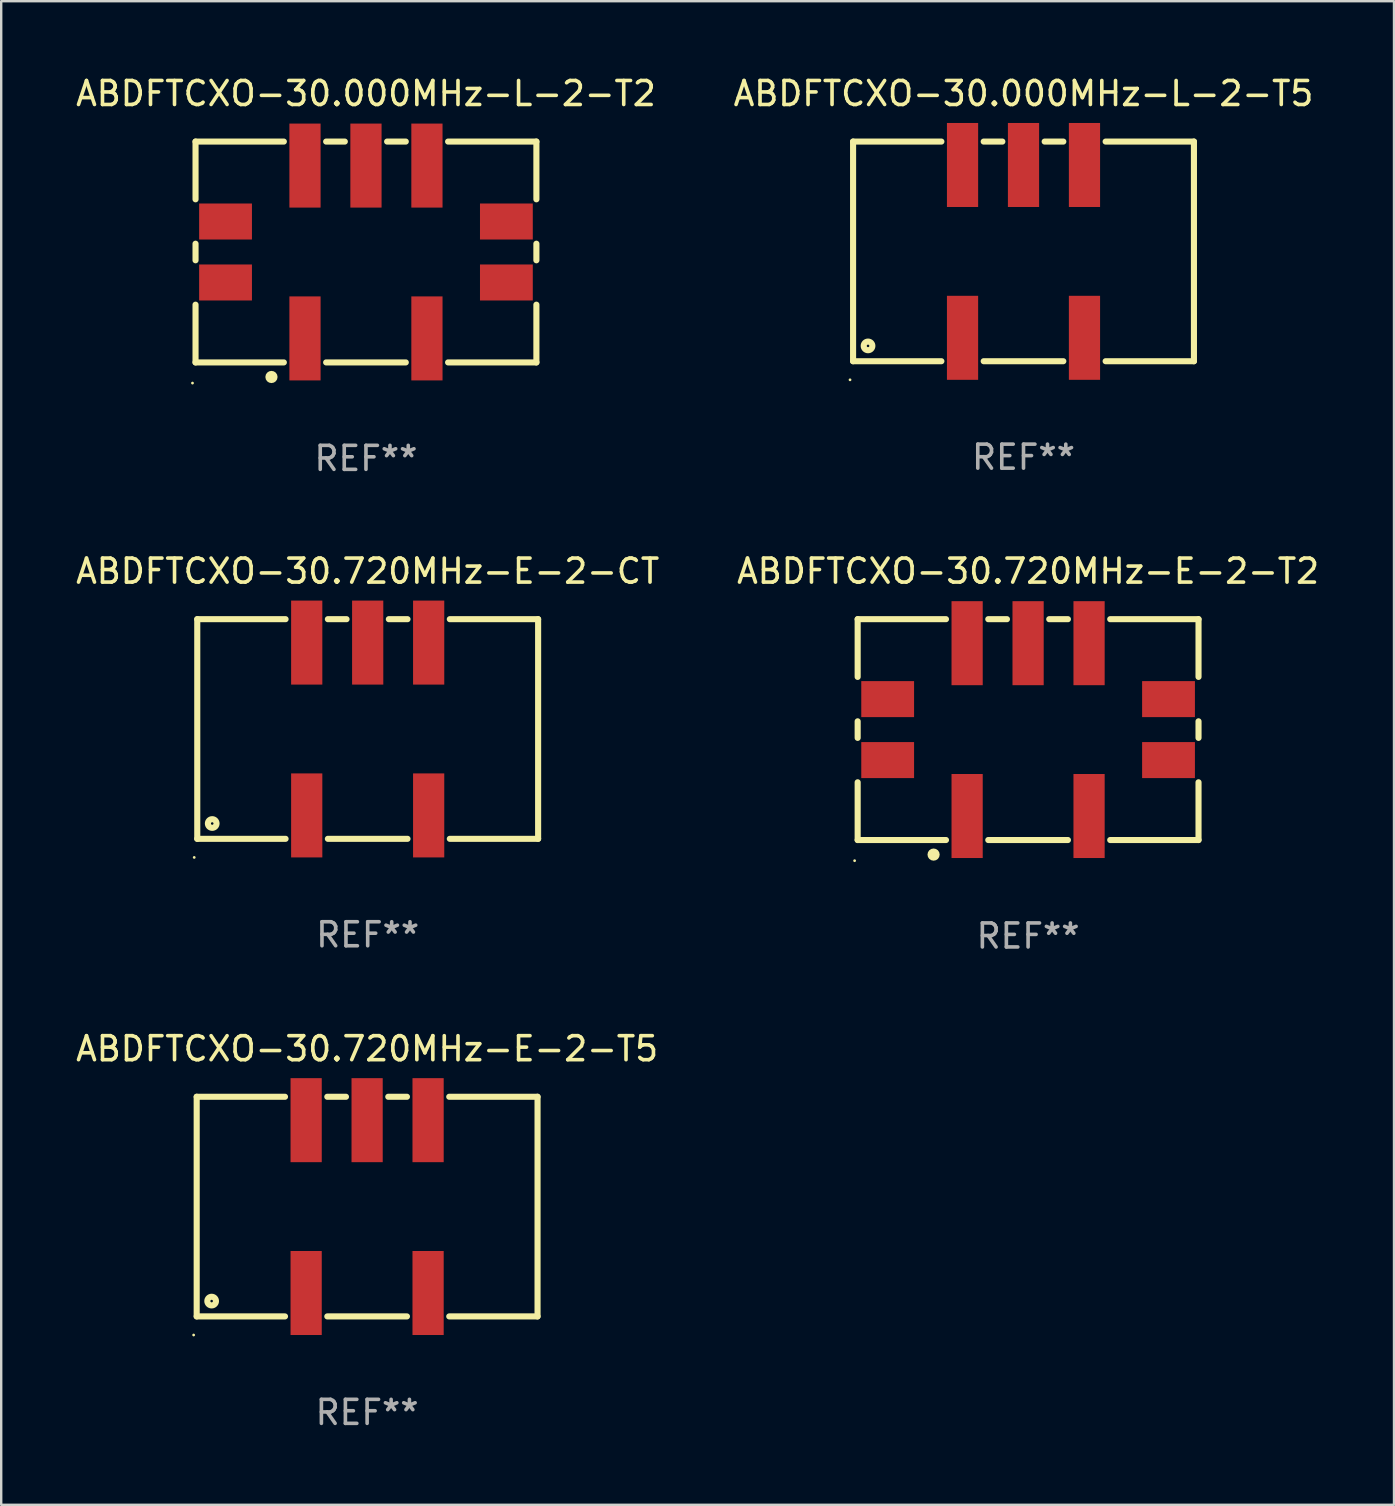
<source format=kicad_pcb>
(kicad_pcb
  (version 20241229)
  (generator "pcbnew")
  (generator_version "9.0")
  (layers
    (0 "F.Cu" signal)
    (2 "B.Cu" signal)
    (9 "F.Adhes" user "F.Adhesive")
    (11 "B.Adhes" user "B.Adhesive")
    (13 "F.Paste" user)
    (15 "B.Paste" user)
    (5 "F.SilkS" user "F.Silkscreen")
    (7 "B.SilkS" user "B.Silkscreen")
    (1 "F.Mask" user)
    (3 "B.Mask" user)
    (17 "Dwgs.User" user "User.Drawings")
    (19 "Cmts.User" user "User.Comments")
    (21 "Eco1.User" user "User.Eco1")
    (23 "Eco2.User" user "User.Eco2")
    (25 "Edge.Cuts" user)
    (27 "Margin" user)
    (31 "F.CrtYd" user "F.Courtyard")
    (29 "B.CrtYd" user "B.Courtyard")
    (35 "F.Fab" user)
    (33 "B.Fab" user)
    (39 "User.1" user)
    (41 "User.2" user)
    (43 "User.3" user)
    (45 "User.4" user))
  (footprint "ABDFTCXO-30.720MHz-E-2-T2"
    (layer "F.Cu")
    (at 39.78 27.345)
    (property "Reference" "ABDFTCXO-30.720MHz-E-2-T2" (at 0 -6.6 0) (layer "F.SilkS") (effects (font (size 1 1) (thickness 0.15))))
    (attr through_hole)
    (fp_line (start -7.1 -4.6) (end -7.1 -2.195) (stroke (width 0.254) (type solid)) (layer "F.SilkS"))
    (fp_line (start -7.1 -4.6) (end -3.421 -4.6) (stroke (width 0.254) (type solid)) (layer "F.SilkS"))
    (fp_line (start -7.1 -0.345) (end -7.1 0.345) (stroke (width 0.254) (type solid)) (layer "F.SilkS"))
    (fp_line (start -7.1 2.195) (end -7.1 4.6) (stroke (width 0.254) (type solid)) (layer "F.SilkS"))
    (fp_line (start -7.1 4.6) (end -3.421 4.6) (stroke (width 0.254) (type solid)) (layer "F.SilkS"))
    (fp_line (start -1.659 -4.6) (end -0.881 -4.6) (stroke (width 0.254) (type solid)) (layer "F.SilkS"))
    (fp_line (start -1.659 4.6) (end 1.659 4.6) (stroke (width 0.254) (type solid)) (layer "F.SilkS"))
    (fp_line (start 0.881 -4.6) (end 1.659 -4.6) (stroke (width 0.254) (type solid)) (layer "F.SilkS"))
    (fp_line (start 3.421 -4.6) (end 7.1 -4.6) (stroke (width 0.254) (type solid)) (layer "F.SilkS"))
    (fp_line (start 3.421 4.6) (end 7.1 4.6) (stroke (width 0.254) (type solid)) (layer "F.SilkS"))
    (fp_line (start 7.1 -4.6) (end 7.1 -2.195) (stroke (width 0.254) (type solid)) (layer "F.SilkS"))
    (fp_line (start 7.1 -0.345) (end 7.1 0.345) (stroke (width 0.254) (type solid)) (layer "F.SilkS"))
    (fp_line (start 7.1 2.195) (end 7.1 4.6) (stroke (width 0.254) (type solid)) (layer "F.SilkS"))
    (fp_circle (center -7.227 5.461) (end -7.197 5.461) (stroke (width 0.06) (type solid)) (fill no) (layer "F.SilkS"))
    (fp_circle (center -3.937 5.207) (end -3.81 5.207) (stroke (width 0.254) (type solid)) (fill no) (layer "F.SilkS"))
    (fp_text user "REF**" (at 0 8.6 0) (layer "F.Fab") (effects (font (size 1 1) (thickness 0.15))))
    (pad "1" smd rect (at -2.54 3.6) (size 1.3 3.5) (layers "F.Cu" "F.Mask" "F.Paste"))
    (pad "2" smd rect (at 2.54 3.6) (size 1.3 3.5) (layers "F.Cu" "F.Mask" "F.Paste"))
    (pad "3" smd rect (at 2.54 -3.6) (size 1.3 3.5) (layers "F.Cu" "F.Mask" "F.Paste"))
    (pad "4" smd rect (at 0 -3.6) (size 1.3 3.5) (layers "F.Cu" "F.Mask" "F.Paste"))
    (pad "5" smd rect (at -2.54 -3.6) (size 1.3 3.5) (layers "F.Cu" "F.Mask" "F.Paste"))
    (pad "6" smd rect (at 5.85 1.27 90) (size 1.5 2.2) (layers "F.Cu" "F.Mask" "F.Paste"))
    (pad "7" smd rect (at 5.85 -1.27 90) (size 1.5 2.2) (layers "F.Cu" "F.Mask" "F.Paste"))
    (pad "8" smd rect (at -5.85 -1.27 90) (size 1.5 2.2) (layers "F.Cu" "F.Mask" "F.Paste"))
    (pad "9" smd rect (at -5.85 1.27 90) (size 1.5 2.2) (layers "F.Cu" "F.Mask" "F.Paste")))
  (footprint "ABDFTCXO-30.720MHz-E-2-T5"
    (layer "F.Cu")
    (at 12.244 47.216)
    (property "Reference" "ABDFTCXO-30.720MHz-E-2-T5" (at 0 -6.575 0) (layer "F.SilkS") (effects (font (size 1 1) (thickness 0.15))))
    (attr through_hole)
    (fp_line (start -7.1 -4.575) (end -7.1 4.575) (stroke (width 0.254) (type solid)) (layer "F.SilkS"))
    (fp_line (start -7.1 -4.575) (end -3.421 -4.575) (stroke (width 0.254) (type solid)) (layer "F.SilkS"))
    (fp_line (start -7.1 4.575) (end -3.421 4.575) (stroke (width 0.254) (type solid)) (layer "F.SilkS"))
    (fp_line (start -1.659 -4.575) (end -0.881 -4.575) (stroke (width 0.254) (type solid)) (layer "F.SilkS"))
    (fp_line (start -1.659 4.575) (end 1.659 4.575) (stroke (width 0.254) (type solid)) (layer "F.SilkS"))
    (fp_line (start 0.881 -4.575) (end 1.659 -4.575) (stroke (width 0.254) (type solid)) (layer "F.SilkS"))
    (fp_line (start 3.421 -4.575) (end 7.1 -4.575) (stroke (width 0.254) (type solid)) (layer "F.SilkS"))
    (fp_line (start 3.421 4.575) (end 7.1 4.575) (stroke (width 0.254) (type solid)) (layer "F.SilkS"))
    (fp_line (start 7.1 -4.575) (end 7.1 4.575) (stroke (width 0.254) (type solid)) (layer "F.SilkS"))
    (fp_circle (center -7.227 5.35) (end -7.197 5.35) (stroke (width 0.06) (type solid)) (fill no) (layer "F.SilkS"))
    (fp_circle (center -6.477 3.937) (end -6.297 3.937) (stroke (width 0.254) (type solid)) (fill no) (layer "F.SilkS"))
    (fp_text user "REF**" (at 0 8.575 0) (layer "F.Fab") (effects (font (size 1 1) (thickness 0.15))))
    (pad "1" smd rect (at -2.54 3.6) (size 1.3 3.5) (layers "F.Cu" "F.Mask" "F.Paste"))
    (pad "2" smd rect (at 2.54 3.6) (size 1.3 3.5) (layers "F.Cu" "F.Mask" "F.Paste"))
    (pad "3" smd rect (at 2.54 -3.6) (size 1.3 3.5) (layers "F.Cu" "F.Mask" "F.Paste"))
    (pad "4" smd rect (at 0 -3.6) (size 1.3 3.5) (layers "F.Cu" "F.Mask" "F.Paste"))
    (pad "5" smd rect (at -2.54 -3.6) (size 1.3 3.5) (layers "F.Cu" "F.Mask" "F.Paste")))
  (footprint "ABDFTCXO-30.000MHz-L-2-T2"
    (layer "F.Cu")
    (at 12.196 7.448)
    (property "Reference" "ABDFTCXO-30.000MHz-L-2-T2" (at 0 -6.6 0) (layer "F.SilkS") (effects (font (size 1 1) (thickness 0.15))))
    (attr through_hole)
    (fp_line (start -7.1 -4.6) (end -7.1 -2.195) (stroke (width 0.254) (type solid)) (layer "F.SilkS"))
    (fp_line (start -7.1 -4.6) (end -3.421 -4.6) (stroke (width 0.254) (type solid)) (layer "F.SilkS"))
    (fp_line (start -7.1 -0.345) (end -7.1 0.345) (stroke (width 0.254) (type solid)) (layer "F.SilkS"))
    (fp_line (start -7.1 2.195) (end -7.1 4.6) (stroke (width 0.254) (type solid)) (layer "F.SilkS"))
    (fp_line (start -7.1 4.6) (end -3.421 4.6) (stroke (width 0.254) (type solid)) (layer "F.SilkS"))
    (fp_line (start -1.659 -4.6) (end -0.881 -4.6) (stroke (width 0.254) (type solid)) (layer "F.SilkS"))
    (fp_line (start -1.659 4.6) (end 1.659 4.6) (stroke (width 0.254) (type solid)) (layer "F.SilkS"))
    (fp_line (start 0.881 -4.6) (end 1.659 -4.6) (stroke (width 0.254) (type solid)) (layer "F.SilkS"))
    (fp_line (start 3.421 -4.6) (end 7.1 -4.6) (stroke (width 0.254) (type solid)) (layer "F.SilkS"))
    (fp_line (start 3.421 4.6) (end 7.1 4.6) (stroke (width 0.254) (type solid)) (layer "F.SilkS"))
    (fp_line (start 7.1 -4.6) (end 7.1 -2.195) (stroke (width 0.254) (type solid)) (layer "F.SilkS"))
    (fp_line (start 7.1 -0.345) (end 7.1 0.345) (stroke (width 0.254) (type solid)) (layer "F.SilkS"))
    (fp_line (start 7.1 2.195) (end 7.1 4.6) (stroke (width 0.254) (type solid)) (layer "F.SilkS"))
    (fp_circle (center -7.227 5.461) (end -7.197 5.461) (stroke (width 0.06) (type solid)) (fill no) (layer "F.SilkS"))
    (fp_circle (center -3.937 5.207) (end -3.81 5.207) (stroke (width 0.254) (type solid)) (fill no) (layer "F.SilkS"))
    (fp_text user "REF**" (at 0 8.6 0) (layer "F.Fab") (effects (font (size 1 1) (thickness 0.15))))
    (pad "1" smd rect (at -2.54 3.6) (size 1.3 3.5) (layers "F.Cu" "F.Mask" "F.Paste"))
    (pad "2" smd rect (at 2.54 3.6) (size 1.3 3.5) (layers "F.Cu" "F.Mask" "F.Paste"))
    (pad "3" smd rect (at 2.54 -3.6) (size 1.3 3.5) (layers "F.Cu" "F.Mask" "F.Paste"))
    (pad "4" smd rect (at 0 -3.6) (size 1.3 3.5) (layers "F.Cu" "F.Mask" "F.Paste"))
    (pad "5" smd rect (at -2.54 -3.6) (size 1.3 3.5) (layers "F.Cu" "F.Mask" "F.Paste"))
    (pad "6" smd rect (at 5.85 1.27 90) (size 1.5 2.2) (layers "F.Cu" "F.Mask" "F.Paste"))
    (pad "7" smd rect (at 5.85 -1.27 90) (size 1.5 2.2) (layers "F.Cu" "F.Mask" "F.Paste"))
    (pad "8" smd rect (at -5.85 -1.27 90) (size 1.5 2.2) (layers "F.Cu" "F.Mask" "F.Paste"))
    (pad "9" smd rect (at -5.85 1.27 90) (size 1.5 2.2) (layers "F.Cu" "F.Mask" "F.Paste")))
  (footprint "ABDFTCXO-30.000MHz-L-2-T5"
    (layer "F.Cu")
    (at 39.589 7.423)
    (property "Reference" "ABDFTCXO-30.000MHz-L-2-T5" (at 0 -6.575 0) (layer "F.SilkS") (effects (font (size 1 1) (thickness 0.15))))
    (attr through_hole)
    (fp_line (start -7.1 -4.575) (end -7.1 4.575) (stroke (width 0.254) (type solid)) (layer "F.SilkS"))
    (fp_line (start -7.1 -4.575) (end -3.421 -4.575) (stroke (width 0.254) (type solid)) (layer "F.SilkS"))
    (fp_line (start -7.1 4.575) (end -3.421 4.575) (stroke (width 0.254) (type solid)) (layer "F.SilkS"))
    (fp_line (start -1.659 -4.575) (end -0.881 -4.575) (stroke (width 0.254) (type solid)) (layer "F.SilkS"))
    (fp_line (start -1.659 4.575) (end 1.659 4.575) (stroke (width 0.254) (type solid)) (layer "F.SilkS"))
    (fp_line (start 0.881 -4.575) (end 1.659 -4.575) (stroke (width 0.254) (type solid)) (layer "F.SilkS"))
    (fp_line (start 3.421 -4.575) (end 7.1 -4.575) (stroke (width 0.254) (type solid)) (layer "F.SilkS"))
    (fp_line (start 3.421 4.575) (end 7.1 4.575) (stroke (width 0.254) (type solid)) (layer "F.SilkS"))
    (fp_line (start 7.1 -4.575) (end 7.1 4.575) (stroke (width 0.254) (type solid)) (layer "F.SilkS"))
    (fp_circle (center -7.227 5.35) (end -7.197 5.35) (stroke (width 0.06) (type solid)) (fill no) (layer "F.SilkS"))
    (fp_circle (center -6.477 3.937) (end -6.297 3.937) (stroke (width 0.254) (type solid)) (fill no) (layer "F.SilkS"))
    (fp_text user "REF**" (at 0 8.575 0) (layer "F.Fab") (effects (font (size 1 1) (thickness 0.15))))
    (pad "1" smd rect (at -2.54 3.6) (size 1.3 3.5) (layers "F.Cu" "F.Mask" "F.Paste"))
    (pad "2" smd rect (at 2.54 3.6) (size 1.3 3.5) (layers "F.Cu" "F.Mask" "F.Paste"))
    (pad "3" smd rect (at 2.54 -3.6) (size 1.3 3.5) (layers "F.Cu" "F.Mask" "F.Paste"))
    (pad "4" smd rect (at 0 -3.6) (size 1.3 3.5) (layers "F.Cu" "F.Mask" "F.Paste"))
    (pad "5" smd rect (at -2.54 -3.6) (size 1.3 3.5) (layers "F.Cu" "F.Mask" "F.Paste")))
  (footprint "ABDFTCXO-30.720MHz-E-2-CT"
    (layer "F.Cu")
    (at 12.268 27.32)
    (property "Reference" "ABDFTCXO-30.720MHz-E-2-CT" (at 0 -6.575 0) (layer "F.SilkS") (effects (font (size 1 1) (thickness 0.15))))
    (attr through_hole)
    (fp_line (start -7.1 -4.575) (end -7.1 4.575) (stroke (width 0.254) (type solid)) (layer "F.SilkS"))
    (fp_line (start -7.1 -4.575) (end -3.421 -4.575) (stroke (width 0.254) (type solid)) (layer "F.SilkS"))
    (fp_line (start -7.1 4.575) (end -3.421 4.575) (stroke (width 0.254) (type solid)) (layer "F.SilkS"))
    (fp_line (start -1.659 -4.575) (end -0.881 -4.575) (stroke (width 0.254) (type solid)) (layer "F.SilkS"))
    (fp_line (start -1.659 4.575) (end 1.659 4.575) (stroke (width 0.254) (type solid)) (layer "F.SilkS"))
    (fp_line (start 0.881 -4.575) (end 1.659 -4.575) (stroke (width 0.254) (type solid)) (layer "F.SilkS"))
    (fp_line (start 3.421 -4.575) (end 7.1 -4.575) (stroke (width 0.254) (type solid)) (layer "F.SilkS"))
    (fp_line (start 3.421 4.575) (end 7.1 4.575) (stroke (width 0.254) (type solid)) (layer "F.SilkS"))
    (fp_line (start 7.1 -4.575) (end 7.1 4.575) (stroke (width 0.254) (type solid)) (layer "F.SilkS"))
    (fp_circle (center -7.227 5.35) (end -7.197 5.35) (stroke (width 0.06) (type solid)) (fill no) (layer "F.SilkS"))
    (fp_circle (center -6.477 3.937) (end -6.297 3.937) (stroke (width 0.254) (type solid)) (fill no) (layer "F.SilkS"))
    (fp_text user "REF**" (at 0 8.575 0) (layer "F.Fab") (effects (font (size 1 1) (thickness 0.15))))
    (pad "1" smd rect (at -2.54 3.6) (size 1.3 3.5) (layers "F.Cu" "F.Mask" "F.Paste"))
    (pad "2" smd rect (at 2.54 3.6) (size 1.3 3.5) (layers "F.Cu" "F.Mask" "F.Paste"))
    (pad "3" smd rect (at 2.54 -3.6) (size 1.3 3.5) (layers "F.Cu" "F.Mask" "F.Paste"))
    (pad "4" smd rect (at 0 -3.6) (size 1.3 3.5) (layers "F.Cu" "F.Mask" "F.Paste"))
    (pad "5" smd rect (at -2.54 -3.6) (size 1.3 3.5) (layers "F.Cu" "F.Mask" "F.Paste")))
  (gr_rect
    (start -3 -3)
    (end 55.024 59.64)
    (stroke (width 0.1) (type default))
    (fill no)
    (layer "Edge.Cuts")))
</source>
